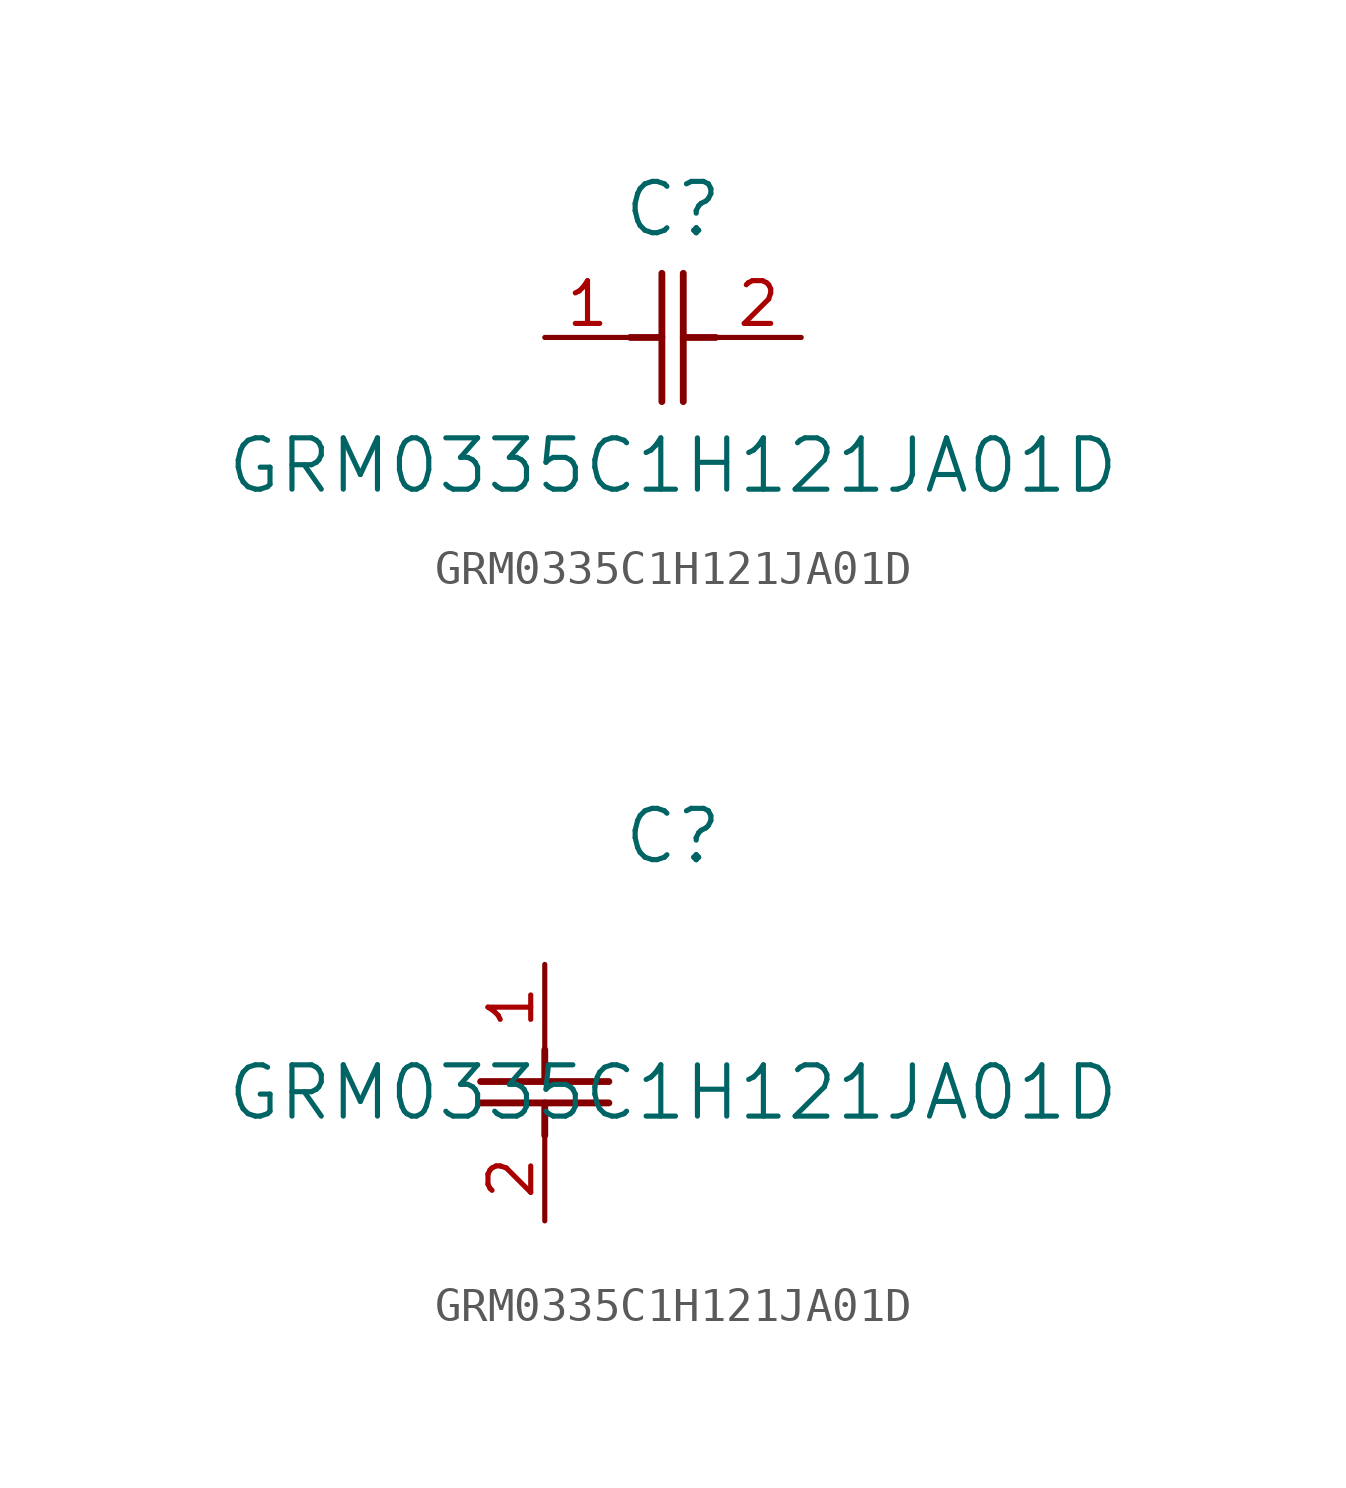
<source format=kicad_sym>
(kicad_symbol_lib
  (version 20211014)
  (generator kicad_symbol_editor)
  (symbol "GRM0335C1H121JA01D"
    (pin_names
      (offset 0.254))
    (property "Reference" "C"
      (at 3.81 3.81 0)
      (effects (font (size 1.524 1.524))))
    (property "Value" "GRM0335C1H121JA01D"
      (at 3.81 -3.81 0)
      (effects (font (size 1.524 1.524))))
    (symbol "GRM0335C1H121JA01D_1_1"
      (polyline (pts (xy 3.48 -1.905) (xy 3.48 1.905)) (stroke (width 0.203) (type default) (color 0 0 0 0)) (fill (type none)))
      (polyline (pts (xy 4.115 -1.905) (xy 4.115 1.905)) (stroke (width 0.203) (type default) (color 0 0 0 0)) (fill (type none)))
      (polyline (pts (xy 4.115 0) (xy 5.08 0)) (stroke (width 0.203) (type default) (color 0 0 0 0)) (fill (type none)))
      (polyline (pts (xy 2.54 0) (xy 3.48 0)) (stroke (width 0.203) (type default) (color 0 0 0 0)) (fill (type none)))
      (pin unspecified line (at 0 0 0) (length 2.54) (name "" (effects (font (size 1.27 1.27)))) (number "1" (effects (font (size 1.27 1.27)))))
      (pin unspecified line (at 7.62 0 180) (length 2.54) (name "" (effects (font (size 1.27 1.27)))) (number "2" (effects (font (size 1.27 1.27))))))
    (symbol "GRM0335C1H121JA01D_1_2"
      (polyline (pts (xy -1.905 -3.48) (xy 1.905 -3.48)) (stroke (width 0.203) (type default) (color 0 0 0 0)) (fill (type none)))
      (polyline (pts (xy -1.905 -4.115) (xy 1.905 -4.115)) (stroke (width 0.203) (type default) (color 0 0 0 0)) (fill (type none)))
      (polyline (pts (xy 0 -4.115) (xy 0 -5.08)) (stroke (width 0.203) (type default) (color 0 0 0 0)) (fill (type none)))
      (polyline (pts (xy 0 -2.54) (xy 0 -3.48)) (stroke (width 0.203) (type default) (color 0 0 0 0)) (fill (type none)))
      (pin unspecified line (at 0 0 270) (length 2.54) (name "" (effects (font (size 1.27 1.27)))) (number "1" (effects (font (size 1.27 1.27)))))
      (pin unspecified line (at 0 -7.62 90) (length 2.54) (name "" (effects (font (size 1.27 1.27)))) (number "2" (effects (font (size 1.27 1.27))))))))
</source>
